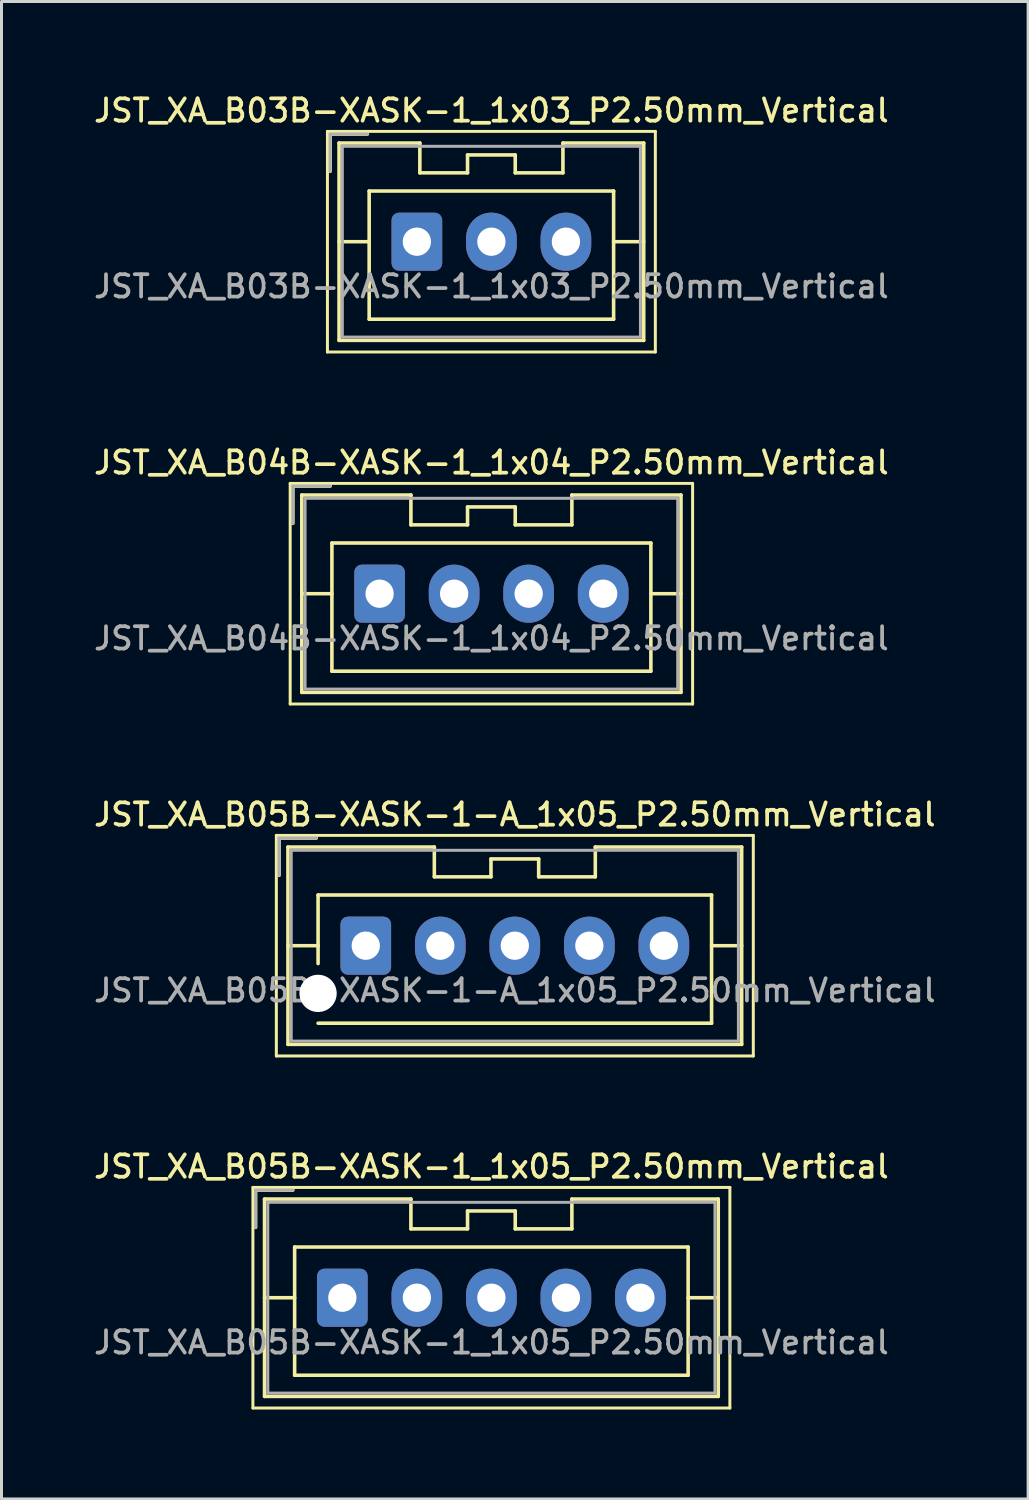
<source format=kicad_pcb>
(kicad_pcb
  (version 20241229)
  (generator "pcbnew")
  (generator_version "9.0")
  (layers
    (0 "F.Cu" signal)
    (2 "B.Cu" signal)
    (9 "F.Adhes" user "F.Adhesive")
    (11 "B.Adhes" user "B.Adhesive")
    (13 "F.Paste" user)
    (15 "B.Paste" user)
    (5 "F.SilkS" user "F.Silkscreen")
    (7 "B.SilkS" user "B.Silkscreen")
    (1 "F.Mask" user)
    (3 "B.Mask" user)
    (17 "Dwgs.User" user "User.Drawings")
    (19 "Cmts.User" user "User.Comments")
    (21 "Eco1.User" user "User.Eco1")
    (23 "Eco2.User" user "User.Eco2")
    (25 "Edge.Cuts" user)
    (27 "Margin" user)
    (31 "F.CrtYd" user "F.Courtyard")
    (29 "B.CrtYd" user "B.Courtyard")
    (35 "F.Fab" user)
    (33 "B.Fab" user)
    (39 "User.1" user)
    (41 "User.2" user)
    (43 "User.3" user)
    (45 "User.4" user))
  (footprint "JST_XA_B05B-XASK-1_1x05_P2.50mm_Vertical"
    (layer "F.Cu")
    (at 8.434 40.483)
    (property "Reference" "JST_XA_B05B-XASK-1_1x05_P2.50mm_Vertical" (at 5 -4.4 0) (layer "F.SilkS") (effects (font (size 0.75 0.75) (thickness 0.125))))
    (attr through_hole)
    (fp_line (start -3 -3.7) (end -3 3.7) (stroke (width 0.1) (type solid)) (layer "F.SilkS"))
    (fp_line (start -3 3.7) (end 13 3.7) (stroke (width 0.1) (type solid)) (layer "F.SilkS"))
    (fp_line (start -2.91 -3.61) (end -2.91 -2.36) (stroke (width 0.12) (type solid)) (layer "F.SilkS"))
    (fp_line (start -2.61 -3.31) (end -2.61 3.31) (stroke (width 0.12) (type solid)) (layer "F.SilkS"))
    (fp_line (start -2.61 0) (end -1.6 0) (stroke (width 0.12) (type solid)) (layer "F.SilkS"))
    (fp_line (start -2.61 3.31) (end 12.61 3.31) (stroke (width 0.12) (type solid)) (layer "F.SilkS"))
    (fp_line (start -1.66 -3.61) (end -2.91 -3.61) (stroke (width 0.12) (type solid)) (layer "F.SilkS"))
    (fp_line (start -1.6 -1.7) (end -1.6 2.6) (stroke (width 0.12) (type solid)) (layer "F.SilkS"))
    (fp_line (start -1.6 2.6) (end 11.6 2.6) (stroke (width 0.12) (type solid)) (layer "F.SilkS"))
    (fp_line (start 2.3 -3.31) (end -2.61 -3.31) (stroke (width 0.12) (type solid)) (layer "F.SilkS"))
    (fp_line (start 2.3 -2.31) (end 2.3 -3.31) (stroke (width 0.12) (type solid)) (layer "F.SilkS"))
    (fp_line (start 4.2 -2.91) (end 4.2 -2.31) (stroke (width 0.12) (type solid)) (layer "F.SilkS"))
    (fp_line (start 4.2 -2.31) (end 2.3 -2.31) (stroke (width 0.12) (type solid)) (layer "F.SilkS"))
    (fp_line (start 5.8 -2.91) (end 4.2 -2.91) (stroke (width 0.12) (type solid)) (layer "F.SilkS"))
    (fp_line (start 5.8 -2.31) (end 5.8 -2.91) (stroke (width 0.12) (type solid)) (layer "F.SilkS"))
    (fp_line (start 7.7 -3.31) (end 7.7 -2.31) (stroke (width 0.12) (type solid)) (layer "F.SilkS"))
    (fp_line (start 7.7 -2.31) (end 5.8 -2.31) (stroke (width 0.12) (type solid)) (layer "F.SilkS"))
    (fp_line (start 11.6 -1.7) (end -1.6 -1.7) (stroke (width 0.12) (type solid)) (layer "F.SilkS"))
    (fp_line (start 11.6 2.6) (end 11.6 -1.7) (stroke (width 0.12) (type solid)) (layer "F.SilkS"))
    (fp_line (start 12.61 -3.31) (end 7.7 -3.31) (stroke (width 0.12) (type solid)) (layer "F.SilkS"))
    (fp_line (start 12.61 0) (end 11.6 0) (stroke (width 0.12) (type solid)) (layer "F.SilkS"))
    (fp_line (start 12.61 3.31) (end 12.61 -3.31) (stroke (width 0.12) (type solid)) (layer "F.SilkS"))
    (fp_line (start 13 -3.7) (end -3 -3.7) (stroke (width 0.1) (type solid)) (layer "F.SilkS"))
    (fp_line (start 13 3.7) (end 13 -3.7) (stroke (width 0.1) (type solid)) (layer "F.SilkS"))
    (fp_line (start -2.91 -3.61) (end -2.91 -2.36) (stroke (width 0.1) (type solid)) (layer "F.Fab"))
    (fp_line (start -2.5 -3.2) (end -2.5 3.2) (stroke (width 0.1) (type solid)) (layer "F.Fab"))
    (fp_line (start -2.5 3.2) (end 12.5 3.2) (stroke (width 0.1) (type solid)) (layer "F.Fab"))
    (fp_line (start -1.66 -3.61) (end -2.91 -3.61) (stroke (width 0.1) (type solid)) (layer "F.Fab"))
    (fp_line (start 12.5 -3.2) (end -2.5 -3.2) (stroke (width 0.1) (type solid)) (layer "F.Fab"))
    (fp_line (start 12.5 3.2) (end 12.5 -3.2) (stroke (width 0.1) (type solid)) (layer "F.Fab"))
    (fp_text user "${REFERENCE}" (at 5 1.5 0) (layer "F.Fab") (effects (font (size 0.75 0.75) (thickness 0.125))))
    (pad "1" thru_hole roundrect (at 0 0) (size 1.7 1.95) (drill 0.95) (layers "*.Cu" "*.Mask") (roundrect_rratio 0.147))
    (pad "2" thru_hole oval (at 2.5 0) (size 1.7 1.95) (drill 0.95) (layers "*.Cu" "*.Mask"))
    (pad "3" thru_hole oval (at 5 0) (size 1.7 1.95) (drill 0.95) (layers "*.Cu" "*.Mask"))
    (pad "4" thru_hole oval (at 7.5 0) (size 1.7 1.95) (drill 0.95) (layers "*.Cu" "*.Mask"))
    (pad "5" thru_hole oval (at 10 0) (size 1.7 1.95) (drill 0.95) (layers "*.Cu" "*.Mask")))
  (footprint "JST_XA_B05B-XASK-1-A_1x05_P2.50mm_Vertical"
    (layer "F.Cu")
    (at 9.22 28.674)
    (property "Reference" "JST_XA_B05B-XASK-1-A_1x05_P2.50mm_Vertical" (at 5 -4.4 0) (layer "F.SilkS") (effects (font (size 0.75 0.75) (thickness 0.125))))
    (attr through_hole)
    (fp_line (start -3 -3.7) (end -3 3.7) (stroke (width 0.1) (type solid)) (layer "F.SilkS"))
    (fp_line (start -3 3.7) (end 13 3.7) (stroke (width 0.1) (type solid)) (layer "F.SilkS"))
    (fp_line (start -2.91 -3.61) (end -2.91 -2.36) (stroke (width 0.12) (type solid)) (layer "F.SilkS"))
    (fp_line (start -2.61 -3.31) (end -2.61 3.31) (stroke (width 0.12) (type solid)) (layer "F.SilkS"))
    (fp_line (start -2.61 0) (end -1.6 0) (stroke (width 0.12) (type solid)) (layer "F.SilkS"))
    (fp_line (start -2.61 3.31) (end 12.61 3.31) (stroke (width 0.12) (type solid)) (layer "F.SilkS"))
    (fp_line (start -1.66 -3.61) (end -2.91 -3.61) (stroke (width 0.12) (type solid)) (layer "F.SilkS"))
    (fp_line (start -1.6 -1.7) (end 11.6 -1.7) (stroke (width 0.12) (type solid)) (layer "F.SilkS"))
    (fp_line (start -1.6 0.6) (end -1.6 -1.7) (stroke (width 0.12) (type solid)) (layer "F.SilkS"))
    (fp_line (start 2.3 -3.31) (end -2.61 -3.31) (stroke (width 0.12) (type solid)) (layer "F.SilkS"))
    (fp_line (start 2.3 -2.31) (end 2.3 -3.31) (stroke (width 0.12) (type solid)) (layer "F.SilkS"))
    (fp_line (start 4.2 -2.91) (end 4.2 -2.31) (stroke (width 0.12) (type solid)) (layer "F.SilkS"))
    (fp_line (start 4.2 -2.31) (end 2.3 -2.31) (stroke (width 0.12) (type solid)) (layer "F.SilkS"))
    (fp_line (start 5.8 -2.91) (end 4.2 -2.91) (stroke (width 0.12) (type solid)) (layer "F.SilkS"))
    (fp_line (start 5.8 -2.31) (end 5.8 -2.91) (stroke (width 0.12) (type solid)) (layer "F.SilkS"))
    (fp_line (start 7.7 -3.31) (end 7.7 -2.31) (stroke (width 0.12) (type solid)) (layer "F.SilkS"))
    (fp_line (start 7.7 -2.31) (end 5.8 -2.31) (stroke (width 0.12) (type solid)) (layer "F.SilkS"))
    (fp_line (start 11.6 -1.7) (end 11.6 2.6) (stroke (width 0.12) (type solid)) (layer "F.SilkS"))
    (fp_line (start 11.6 2.6) (end -1.6 2.6) (stroke (width 0.12) (type solid)) (layer "F.SilkS"))
    (fp_line (start 12.61 -3.31) (end 7.7 -3.31) (stroke (width 0.12) (type solid)) (layer "F.SilkS"))
    (fp_line (start 12.61 0) (end 11.6 0) (stroke (width 0.12) (type solid)) (layer "F.SilkS"))
    (fp_line (start 12.61 3.31) (end 12.61 -3.31) (stroke (width 0.12) (type solid)) (layer "F.SilkS"))
    (fp_line (start 13 -3.7) (end -3 -3.7) (stroke (width 0.1) (type solid)) (layer "F.SilkS"))
    (fp_line (start 13 3.7) (end 13 -3.7) (stroke (width 0.1) (type solid)) (layer "F.SilkS"))
    (fp_line (start -2.91 -3.61) (end -2.91 -2.36) (stroke (width 0.1) (type solid)) (layer "F.Fab"))
    (fp_line (start -2.5 -3.2) (end -2.5 3.2) (stroke (width 0.1) (type solid)) (layer "F.Fab"))
    (fp_line (start -2.5 3.2) (end 12.5 3.2) (stroke (width 0.1) (type solid)) (layer "F.Fab"))
    (fp_line (start -1.66 -3.61) (end -2.91 -3.61) (stroke (width 0.1) (type solid)) (layer "F.Fab"))
    (fp_line (start 12.5 -3.2) (end -2.5 -3.2) (stroke (width 0.1) (type solid)) (layer "F.Fab"))
    (fp_line (start 12.5 3.2) (end 12.5 -3.2) (stroke (width 0.1) (type solid)) (layer "F.Fab"))
    (fp_text user "${REFERENCE}" (at 5 1.5 0) (layer "F.Fab") (effects (font (size 0.75 0.75) (thickness 0.125))))
    (pad "" np_thru_hole circle (at -1.6 1.6) (size 1.25 1.25) (drill 1.25) (layers "*.Cu" "*.Mask"))
    (pad "1" thru_hole roundrect (at 0 0) (size 1.7 1.95) (drill 0.95) (layers "*.Cu" "*.Mask") (roundrect_rratio 0.147))
    (pad "2" thru_hole oval (at 2.5 0) (size 1.7 1.95) (drill 0.95) (layers "*.Cu" "*.Mask"))
    (pad "3" thru_hole oval (at 5 0) (size 1.7 1.95) (drill 0.95) (layers "*.Cu" "*.Mask"))
    (pad "4" thru_hole oval (at 7.5 0) (size 1.7 1.95) (drill 0.95) (layers "*.Cu" "*.Mask"))
    (pad "5" thru_hole oval (at 10 0) (size 1.7 1.95) (drill 0.95) (layers "*.Cu" "*.Mask")))
  (footprint "JST_XA_B03B-XASK-1_1x03_P2.50mm_Vertical"
    (layer "F.Cu")
    (at 10.934 5.058)
    (property "Reference" "JST_XA_B03B-XASK-1_1x03_P2.50mm_Vertical" (at 2.5 -4.4 0) (layer "F.SilkS") (effects (font (size 0.75 0.75) (thickness 0.125))))
    (attr through_hole)
    (fp_line (start -3 -3.7) (end -3 3.7) (stroke (width 0.1) (type solid)) (layer "F.SilkS"))
    (fp_line (start -3 3.7) (end 8 3.7) (stroke (width 0.1) (type solid)) (layer "F.SilkS"))
    (fp_line (start -2.91 -3.61) (end -2.91 -2.36) (stroke (width 0.12) (type solid)) (layer "F.SilkS"))
    (fp_line (start -2.61 -3.31) (end -2.61 3.31) (stroke (width 0.12) (type solid)) (layer "F.SilkS"))
    (fp_line (start -2.61 0) (end -1.6 0) (stroke (width 0.12) (type solid)) (layer "F.SilkS"))
    (fp_line (start -2.61 3.31) (end 7.61 3.31) (stroke (width 0.12) (type solid)) (layer "F.SilkS"))
    (fp_line (start -1.66 -3.61) (end -2.91 -3.61) (stroke (width 0.12) (type solid)) (layer "F.SilkS"))
    (fp_line (start -1.6 -1.7) (end -1.6 2.6) (stroke (width 0.12) (type solid)) (layer "F.SilkS"))
    (fp_line (start -1.6 2.6) (end 6.6 2.6) (stroke (width 0.12) (type solid)) (layer "F.SilkS"))
    (fp_line (start 0.1 -3.31) (end -2.61 -3.31) (stroke (width 0.12) (type solid)) (layer "F.SilkS"))
    (fp_line (start 0.1 -2.31) (end 0.1 -3.31) (stroke (width 0.12) (type solid)) (layer "F.SilkS"))
    (fp_line (start 1.7 -2.91) (end 1.7 -2.31) (stroke (width 0.12) (type solid)) (layer "F.SilkS"))
    (fp_line (start 1.7 -2.31) (end 0.1 -2.31) (stroke (width 0.12) (type solid)) (layer "F.SilkS"))
    (fp_line (start 3.3 -2.91) (end 1.7 -2.91) (stroke (width 0.12) (type solid)) (layer "F.SilkS"))
    (fp_line (start 3.3 -2.31) (end 3.3 -2.91) (stroke (width 0.12) (type solid)) (layer "F.SilkS"))
    (fp_line (start 4.9 -3.31) (end 4.9 -2.31) (stroke (width 0.12) (type solid)) (layer "F.SilkS"))
    (fp_line (start 4.9 -2.31) (end 3.3 -2.31) (stroke (width 0.12) (type solid)) (layer "F.SilkS"))
    (fp_line (start 6.6 -1.7) (end -1.6 -1.7) (stroke (width 0.12) (type solid)) (layer "F.SilkS"))
    (fp_line (start 6.6 2.6) (end 6.6 -1.7) (stroke (width 0.12) (type solid)) (layer "F.SilkS"))
    (fp_line (start 7.61 -3.31) (end 4.9 -3.31) (stroke (width 0.12) (type solid)) (layer "F.SilkS"))
    (fp_line (start 7.61 0) (end 6.6 0) (stroke (width 0.12) (type solid)) (layer "F.SilkS"))
    (fp_line (start 7.61 3.31) (end 7.61 -3.31) (stroke (width 0.12) (type solid)) (layer "F.SilkS"))
    (fp_line (start 8 -3.7) (end -3 -3.7) (stroke (width 0.1) (type solid)) (layer "F.SilkS"))
    (fp_line (start 8 3.7) (end 8 -3.7) (stroke (width 0.1) (type solid)) (layer "F.SilkS"))
    (fp_line (start -2.91 -3.61) (end -2.91 -2.36) (stroke (width 0.1) (type solid)) (layer "F.Fab"))
    (fp_line (start -2.5 -3.2) (end -2.5 3.2) (stroke (width 0.1) (type solid)) (layer "F.Fab"))
    (fp_line (start -2.5 3.2) (end 7.5 3.2) (stroke (width 0.1) (type solid)) (layer "F.Fab"))
    (fp_line (start -1.66 -3.61) (end -2.91 -3.61) (stroke (width 0.1) (type solid)) (layer "F.Fab"))
    (fp_line (start 7.5 -3.2) (end -2.5 -3.2) (stroke (width 0.1) (type solid)) (layer "F.Fab"))
    (fp_line (start 7.5 3.2) (end 7.5 -3.2) (stroke (width 0.1) (type solid)) (layer "F.Fab"))
    (fp_text user "${REFERENCE}" (at 2.5 1.5 0) (layer "F.Fab") (effects (font (size 0.75 0.75) (thickness 0.125))))
    (pad "1" thru_hole roundrect (at 0 0) (size 1.7 1.95) (drill 0.95) (layers "*.Cu" "*.Mask") (roundrect_rratio 0.147))
    (pad "2" thru_hole oval (at 2.5 0) (size 1.7 1.95) (drill 0.95) (layers "*.Cu" "*.Mask"))
    (pad "3" thru_hole oval (at 5 0) (size 1.7 1.95) (drill 0.95) (layers "*.Cu" "*.Mask")))
  (footprint "JST_XA_B04B-XASK-1_1x04_P2.50mm_Vertical"
    (layer "F.Cu")
    (at 9.684 16.866)
    (property "Reference" "JST_XA_B04B-XASK-1_1x04_P2.50mm_Vertical" (at 3.75 -4.4 0) (layer "F.SilkS") (effects (font (size 0.75 0.75) (thickness 0.125))))
    (attr through_hole)
    (fp_line (start -3 -3.7) (end -3 3.7) (stroke (width 0.1) (type solid)) (layer "F.SilkS"))
    (fp_line (start -3 3.7) (end 10.5 3.7) (stroke (width 0.1) (type solid)) (layer "F.SilkS"))
    (fp_line (start -2.91 -3.61) (end -2.91 -2.36) (stroke (width 0.12) (type solid)) (layer "F.SilkS"))
    (fp_line (start -2.61 -3.31) (end -2.61 3.31) (stroke (width 0.12) (type solid)) (layer "F.SilkS"))
    (fp_line (start -2.61 0) (end -1.6 0) (stroke (width 0.12) (type solid)) (layer "F.SilkS"))
    (fp_line (start -2.61 3.31) (end 10.11 3.31) (stroke (width 0.12) (type solid)) (layer "F.SilkS"))
    (fp_line (start -1.66 -3.61) (end -2.91 -3.61) (stroke (width 0.12) (type solid)) (layer "F.SilkS"))
    (fp_line (start -1.6 -1.7) (end -1.6 2.6) (stroke (width 0.12) (type solid)) (layer "F.SilkS"))
    (fp_line (start -1.6 2.6) (end 9.1 2.6) (stroke (width 0.12) (type solid)) (layer "F.SilkS"))
    (fp_line (start 1.05 -3.31) (end -2.61 -3.31) (stroke (width 0.12) (type solid)) (layer "F.SilkS"))
    (fp_line (start 1.05 -2.31) (end 1.05 -3.31) (stroke (width 0.12) (type solid)) (layer "F.SilkS"))
    (fp_line (start 2.95 -2.91) (end 2.95 -2.31) (stroke (width 0.12) (type solid)) (layer "F.SilkS"))
    (fp_line (start 2.95 -2.31) (end 1.05 -2.31) (stroke (width 0.12) (type solid)) (layer "F.SilkS"))
    (fp_line (start 4.55 -2.91) (end 2.95 -2.91) (stroke (width 0.12) (type solid)) (layer "F.SilkS"))
    (fp_line (start 4.55 -2.31) (end 4.55 -2.91) (stroke (width 0.12) (type solid)) (layer "F.SilkS"))
    (fp_line (start 6.45 -3.31) (end 6.45 -2.31) (stroke (width 0.12) (type solid)) (layer "F.SilkS"))
    (fp_line (start 6.45 -2.31) (end 4.55 -2.31) (stroke (width 0.12) (type solid)) (layer "F.SilkS"))
    (fp_line (start 9.1 -1.7) (end -1.6 -1.7) (stroke (width 0.12) (type solid)) (layer "F.SilkS"))
    (fp_line (start 9.1 2.6) (end 9.1 -1.7) (stroke (width 0.12) (type solid)) (layer "F.SilkS"))
    (fp_line (start 10.11 -3.31) (end 6.45 -3.31) (stroke (width 0.12) (type solid)) (layer "F.SilkS"))
    (fp_line (start 10.11 0) (end 9.1 0) (stroke (width 0.12) (type solid)) (layer "F.SilkS"))
    (fp_line (start 10.11 3.31) (end 10.11 -3.31) (stroke (width 0.12) (type solid)) (layer "F.SilkS"))
    (fp_line (start 10.5 -3.7) (end -3 -3.7) (stroke (width 0.1) (type solid)) (layer "F.SilkS"))
    (fp_line (start 10.5 3.7) (end 10.5 -3.7) (stroke (width 0.1) (type solid)) (layer "F.SilkS"))
    (fp_line (start -2.91 -3.61) (end -2.91 -2.36) (stroke (width 0.1) (type solid)) (layer "F.Fab"))
    (fp_line (start -2.5 -3.2) (end -2.5 3.2) (stroke (width 0.1) (type solid)) (layer "F.Fab"))
    (fp_line (start -2.5 3.2) (end 10 3.2) (stroke (width 0.1) (type solid)) (layer "F.Fab"))
    (fp_line (start -1.66 -3.61) (end -2.91 -3.61) (stroke (width 0.1) (type solid)) (layer "F.Fab"))
    (fp_line (start 10 -3.2) (end -2.5 -3.2) (stroke (width 0.1) (type solid)) (layer "F.Fab"))
    (fp_line (start 10 3.2) (end 10 -3.2) (stroke (width 0.1) (type solid)) (layer "F.Fab"))
    (fp_text user "${REFERENCE}" (at 3.75 1.5 0) (layer "F.Fab") (effects (font (size 0.75 0.75) (thickness 0.125))))
    (pad "1" thru_hole roundrect (at 0 0) (size 1.7 1.95) (drill 0.95) (layers "*.Cu" "*.Mask") (roundrect_rratio 0.147))
    (pad "2" thru_hole oval (at 2.5 0) (size 1.7 1.95) (drill 0.95) (layers "*.Cu" "*.Mask"))
    (pad "3" thru_hole oval (at 5 0) (size 1.7 1.95) (drill 0.95) (layers "*.Cu" "*.Mask"))
    (pad "4" thru_hole oval (at 7.5 0) (size 1.7 1.95) (drill 0.95) (layers "*.Cu" "*.Mask")))
  (gr_rect
    (start -3 -3)
    (end 31.439 47.233)
    (stroke (width 0.1) (type default))
    (fill no)
    (layer "Edge.Cuts")))
</source>
